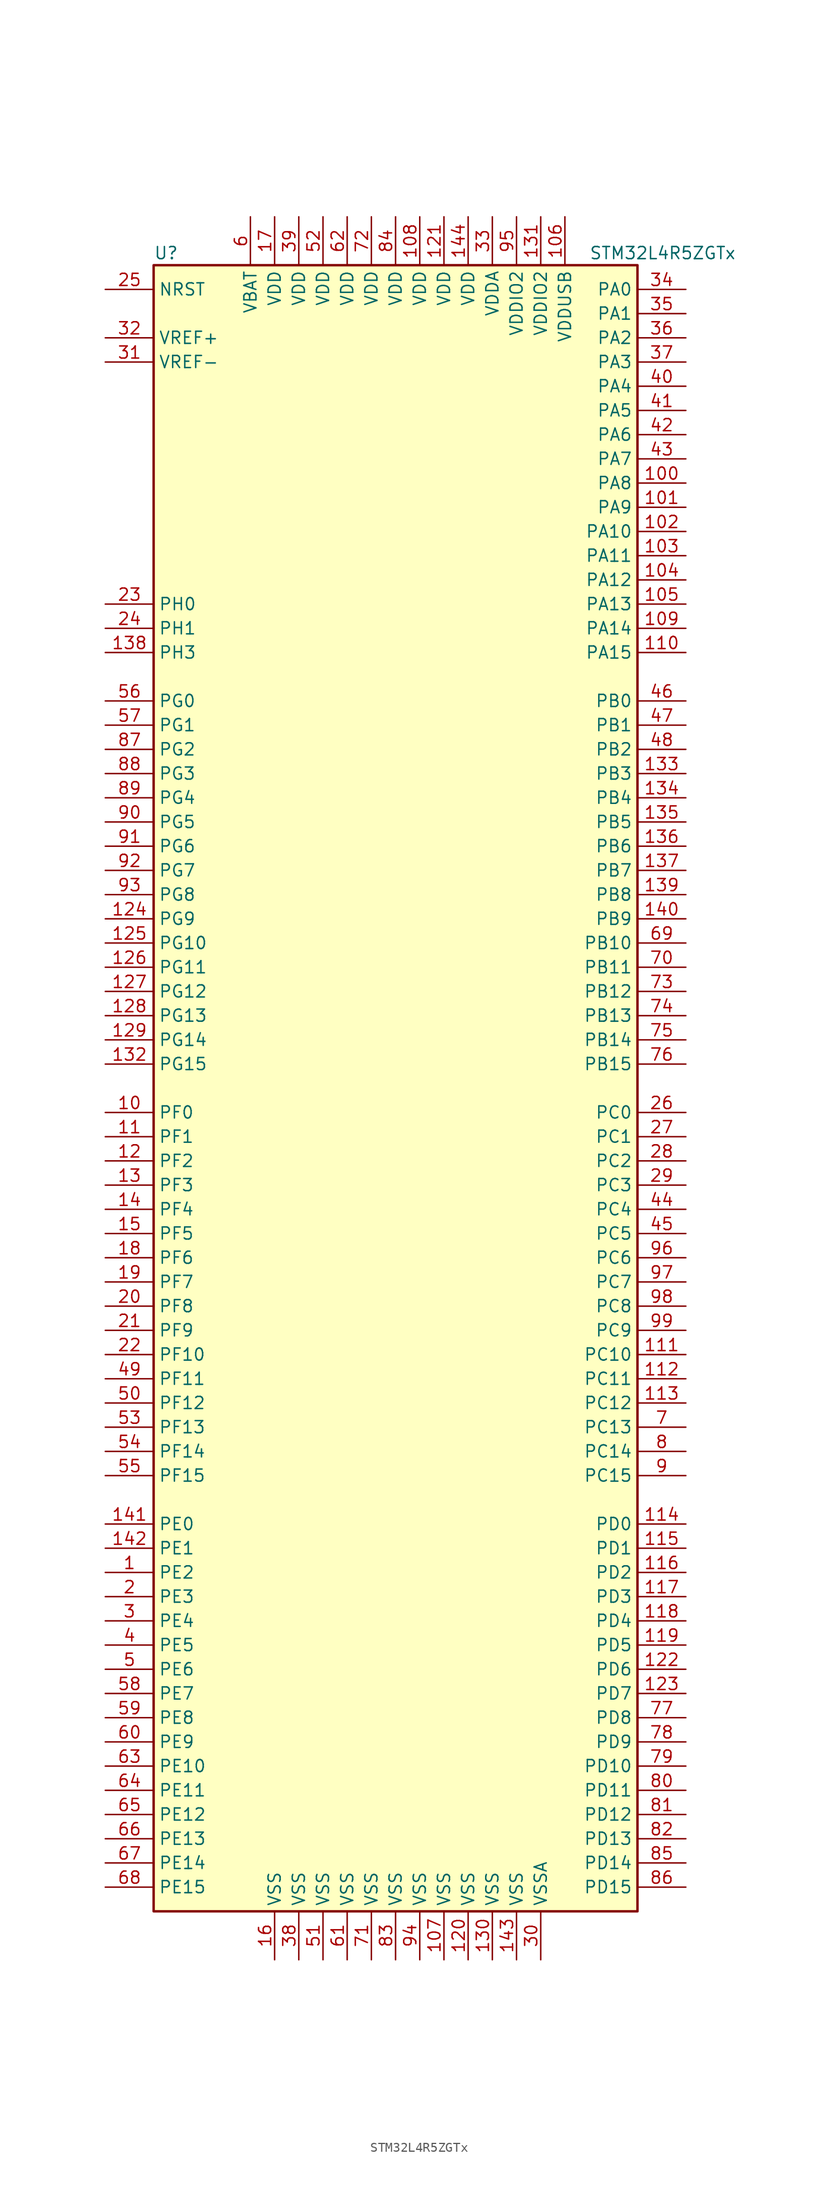
<source format=kicad_sym>
(kicad_symbol_lib
  (version 20220914)
  (generator kicad_symbol_editor)
  (symbol "STM32L4R5ZGTx"
    (property "Reference" "U"
      (at -25.4 87.63 0)
      (effects (font (size 1.27 1.27)) (justify left)))
    (property "Value" "STM32L4R5ZGTx"
      (at 20.32 87.63 0)
      (effects (font (size 1.27 1.27)) (justify left)))
    (symbol "STM32L4R5ZGTx_0_1"
      (rectangle (start -25.4 -86.36) (end 25.4 86.36) (stroke (width 0.254) (type default)) (fill (type background))))
    (symbol "STM32L4R5ZGTx_1_1"
      (pin bidirectional line (at -30.48 -50.8 0) (length 5.08) (name "PE2" (effects (font (size 1.27 1.27)))) (number "1" (effects (font (size 1.27 1.27)))))
      (pin bidirectional line (at -30.48 -2.54 0) (length 5.08) (name "PF0" (effects (font (size 1.27 1.27)))) (number "10" (effects (font (size 1.27 1.27)))))
      (pin bidirectional line (at 30.48 63.5 180) (length 5.08) (name "PA8" (effects (font (size 1.27 1.27)))) (number "100" (effects (font (size 1.27 1.27)))))
      (pin bidirectional line (at 30.48 60.96 180) (length 5.08) (name "PA9" (effects (font (size 1.27 1.27)))) (number "101" (effects (font (size 1.27 1.27)))))
      (pin bidirectional line (at 30.48 58.42 180) (length 5.08) (name "PA10" (effects (font (size 1.27 1.27)))) (number "102" (effects (font (size 1.27 1.27)))))
      (pin bidirectional line (at 30.48 55.88 180) (length 5.08) (name "PA11" (effects (font (size 1.27 1.27)))) (number "103" (effects (font (size 1.27 1.27)))))
      (pin bidirectional line (at 30.48 53.34 180) (length 5.08) (name "PA12" (effects (font (size 1.27 1.27)))) (number "104" (effects (font (size 1.27 1.27)))))
      (pin bidirectional line (at 30.48 50.8 180) (length 5.08) (name "PA13" (effects (font (size 1.27 1.27)))) (number "105" (effects (font (size 1.27 1.27)))))
      (pin power_in line (at 17.78 91.44 270) (length 5.08) (name "VDDUSB" (effects (font (size 1.27 1.27)))) (number "106" (effects (font (size 1.27 1.27)))))
      (pin power_in line (at 5.08 -91.44 90) (length 5.08) (name "VSS" (effects (font (size 1.27 1.27)))) (number "107" (effects (font (size 1.27 1.27)))))
      (pin power_in line (at 2.54 91.44 270) (length 5.08) (name "VDD" (effects (font (size 1.27 1.27)))) (number "108" (effects (font (size 1.27 1.27)))))
      (pin bidirectional line (at 30.48 48.26 180) (length 5.08) (name "PA14" (effects (font (size 1.27 1.27)))) (number "109" (effects (font (size 1.27 1.27)))))
      (pin bidirectional line (at -30.48 -5.08 0) (length 5.08) (name "PF1" (effects (font (size 1.27 1.27)))) (number "11" (effects (font (size 1.27 1.27)))))
      (pin bidirectional line (at 30.48 45.72 180) (length 5.08) (name "PA15" (effects (font (size 1.27 1.27)))) (number "110" (effects (font (size 1.27 1.27)))))
      (pin bidirectional line (at 30.48 -27.94 180) (length 5.08) (name "PC10" (effects (font (size 1.27 1.27)))) (number "111" (effects (font (size 1.27 1.27)))))
      (pin bidirectional line (at 30.48 -30.48 180) (length 5.08) (name "PC11" (effects (font (size 1.27 1.27)))) (number "112" (effects (font (size 1.27 1.27)))))
      (pin bidirectional line (at 30.48 -33.02 180) (length 5.08) (name "PC12" (effects (font (size 1.27 1.27)))) (number "113" (effects (font (size 1.27 1.27)))))
      (pin bidirectional line (at 30.48 -45.72 180) (length 5.08) (name "PD0" (effects (font (size 1.27 1.27)))) (number "114" (effects (font (size 1.27 1.27)))))
      (pin bidirectional line (at 30.48 -48.26 180) (length 5.08) (name "PD1" (effects (font (size 1.27 1.27)))) (number "115" (effects (font (size 1.27 1.27)))))
      (pin bidirectional line (at 30.48 -50.8 180) (length 5.08) (name "PD2" (effects (font (size 1.27 1.27)))) (number "116" (effects (font (size 1.27 1.27)))))
      (pin bidirectional line (at 30.48 -53.34 180) (length 5.08) (name "PD3" (effects (font (size 1.27 1.27)))) (number "117" (effects (font (size 1.27 1.27)))))
      (pin bidirectional line (at 30.48 -55.88 180) (length 5.08) (name "PD4" (effects (font (size 1.27 1.27)))) (number "118" (effects (font (size 1.27 1.27)))))
      (pin bidirectional line (at 30.48 -58.42 180) (length 5.08) (name "PD5" (effects (font (size 1.27 1.27)))) (number "119" (effects (font (size 1.27 1.27)))))
      (pin bidirectional line (at -30.48 -7.62 0) (length 5.08) (name "PF2" (effects (font (size 1.27 1.27)))) (number "12" (effects (font (size 1.27 1.27)))))
      (pin power_in line (at 7.62 -91.44 90) (length 5.08) (name "VSS" (effects (font (size 1.27 1.27)))) (number "120" (effects (font (size 1.27 1.27)))))
      (pin power_in line (at 5.08 91.44 270) (length 5.08) (name "VDD" (effects (font (size 1.27 1.27)))) (number "121" (effects (font (size 1.27 1.27)))))
      (pin bidirectional line (at 30.48 -60.96 180) (length 5.08) (name "PD6" (effects (font (size 1.27 1.27)))) (number "122" (effects (font (size 1.27 1.27)))))
      (pin bidirectional line (at 30.48 -63.5 180) (length 5.08) (name "PD7" (effects (font (size 1.27 1.27)))) (number "123" (effects (font (size 1.27 1.27)))))
      (pin bidirectional line (at -30.48 17.78 0) (length 5.08) (name "PG9" (effects (font (size 1.27 1.27)))) (number "124" (effects (font (size 1.27 1.27)))))
      (pin bidirectional line (at -30.48 15.24 0) (length 5.08) (name "PG10" (effects (font (size 1.27 1.27)))) (number "125" (effects (font (size 1.27 1.27)))))
      (pin bidirectional line (at -30.48 12.7 0) (length 5.08) (name "PG11" (effects (font (size 1.27 1.27)))) (number "126" (effects (font (size 1.27 1.27)))))
      (pin bidirectional line (at -30.48 10.16 0) (length 5.08) (name "PG12" (effects (font (size 1.27 1.27)))) (number "127" (effects (font (size 1.27 1.27)))))
      (pin bidirectional line (at -30.48 7.62 0) (length 5.08) (name "PG13" (effects (font (size 1.27 1.27)))) (number "128" (effects (font (size 1.27 1.27)))))
      (pin bidirectional line (at -30.48 5.08 0) (length 5.08) (name "PG14" (effects (font (size 1.27 1.27)))) (number "129" (effects (font (size 1.27 1.27)))))
      (pin bidirectional line (at -30.48 -10.16 0) (length 5.08) (name "PF3" (effects (font (size 1.27 1.27)))) (number "13" (effects (font (size 1.27 1.27)))))
      (pin power_in line (at 10.16 -91.44 90) (length 5.08) (name "VSS" (effects (font (size 1.27 1.27)))) (number "130" (effects (font (size 1.27 1.27)))))
      (pin power_in line (at 15.24 91.44 270) (length 5.08) (name "VDDIO2" (effects (font (size 1.27 1.27)))) (number "131" (effects (font (size 1.27 1.27)))))
      (pin bidirectional line (at -30.48 2.54 0) (length 5.08) (name "PG15" (effects (font (size 1.27 1.27)))) (number "132" (effects (font (size 1.27 1.27)))))
      (pin bidirectional line (at 30.48 33.02 180) (length 5.08) (name "PB3" (effects (font (size 1.27 1.27)))) (number "133" (effects (font (size 1.27 1.27)))))
      (pin bidirectional line (at 30.48 30.48 180) (length 5.08) (name "PB4" (effects (font (size 1.27 1.27)))) (number "134" (effects (font (size 1.27 1.27)))))
      (pin bidirectional line (at 30.48 27.94 180) (length 5.08) (name "PB5" (effects (font (size 1.27 1.27)))) (number "135" (effects (font (size 1.27 1.27)))))
      (pin bidirectional line (at 30.48 25.4 180) (length 5.08) (name "PB6" (effects (font (size 1.27 1.27)))) (number "136" (effects (font (size 1.27 1.27)))))
      (pin bidirectional line (at 30.48 22.86 180) (length 5.08) (name "PB7" (effects (font (size 1.27 1.27)))) (number "137" (effects (font (size 1.27 1.27)))))
      (pin bidirectional line (at -30.48 45.72 0) (length 5.08) (name "PH3" (effects (font (size 1.27 1.27)))) (number "138" (effects (font (size 1.27 1.27)))))
      (pin bidirectional line (at 30.48 20.32 180) (length 5.08) (name "PB8" (effects (font (size 1.27 1.27)))) (number "139" (effects (font (size 1.27 1.27)))))
      (pin bidirectional line (at -30.48 -12.7 0) (length 5.08) (name "PF4" (effects (font (size 1.27 1.27)))) (number "14" (effects (font (size 1.27 1.27)))))
      (pin bidirectional line (at 30.48 17.78 180) (length 5.08) (name "PB9" (effects (font (size 1.27 1.27)))) (number "140" (effects (font (size 1.27 1.27)))))
      (pin bidirectional line (at -30.48 -45.72 0) (length 5.08) (name "PE0" (effects (font (size 1.27 1.27)))) (number "141" (effects (font (size 1.27 1.27)))))
      (pin bidirectional line (at -30.48 -48.26 0) (length 5.08) (name "PE1" (effects (font (size 1.27 1.27)))) (number "142" (effects (font (size 1.27 1.27)))))
      (pin power_in line (at 12.7 -91.44 90) (length 5.08) (name "VSS" (effects (font (size 1.27 1.27)))) (number "143" (effects (font (size 1.27 1.27)))))
      (pin power_in line (at 7.62 91.44 270) (length 5.08) (name "VDD" (effects (font (size 1.27 1.27)))) (number "144" (effects (font (size 1.27 1.27)))))
      (pin bidirectional line (at -30.48 -15.24 0) (length 5.08) (name "PF5" (effects (font (size 1.27 1.27)))) (number "15" (effects (font (size 1.27 1.27)))))
      (pin power_in line (at -12.7 -91.44 90) (length 5.08) (name "VSS" (effects (font (size 1.27 1.27)))) (number "16" (effects (font (size 1.27 1.27)))))
      (pin power_in line (at -12.7 91.44 270) (length 5.08) (name "VDD" (effects (font (size 1.27 1.27)))) (number "17" (effects (font (size 1.27 1.27)))))
      (pin bidirectional line (at -30.48 -17.78 0) (length 5.08) (name "PF6" (effects (font (size 1.27 1.27)))) (number "18" (effects (font (size 1.27 1.27)))))
      (pin bidirectional line (at -30.48 -20.32 0) (length 5.08) (name "PF7" (effects (font (size 1.27 1.27)))) (number "19" (effects (font (size 1.27 1.27)))))
      (pin bidirectional line (at -30.48 -53.34 0) (length 5.08) (name "PE3" (effects (font (size 1.27 1.27)))) (number "2" (effects (font (size 1.27 1.27)))))
      (pin bidirectional line (at -30.48 -22.86 0) (length 5.08) (name "PF8" (effects (font (size 1.27 1.27)))) (number "20" (effects (font (size 1.27 1.27)))))
      (pin bidirectional line (at -30.48 -25.4 0) (length 5.08) (name "PF9" (effects (font (size 1.27 1.27)))) (number "21" (effects (font (size 1.27 1.27)))))
      (pin bidirectional line (at -30.48 -27.94 0) (length 5.08) (name "PF10" (effects (font (size 1.27 1.27)))) (number "22" (effects (font (size 1.27 1.27)))))
      (pin input line (at -30.48 50.8 0) (length 5.08) (name "PH0" (effects (font (size 1.27 1.27)))) (number "23" (effects (font (size 1.27 1.27)))))
      (pin input line (at -30.48 48.26 0) (length 5.08) (name "PH1" (effects (font (size 1.27 1.27)))) (number "24" (effects (font (size 1.27 1.27)))))
      (pin input line (at -30.48 83.82 0) (length 5.08) (name "NRST" (effects (font (size 1.27 1.27)))) (number "25" (effects (font (size 1.27 1.27)))))
      (pin bidirectional line (at 30.48 -2.54 180) (length 5.08) (name "PC0" (effects (font (size 1.27 1.27)))) (number "26" (effects (font (size 1.27 1.27)))))
      (pin bidirectional line (at 30.48 -5.08 180) (length 5.08) (name "PC1" (effects (font (size 1.27 1.27)))) (number "27" (effects (font (size 1.27 1.27)))))
      (pin bidirectional line (at 30.48 -7.62 180) (length 5.08) (name "PC2" (effects (font (size 1.27 1.27)))) (number "28" (effects (font (size 1.27 1.27)))))
      (pin bidirectional line (at 30.48 -10.16 180) (length 5.08) (name "PC3" (effects (font (size 1.27 1.27)))) (number "29" (effects (font (size 1.27 1.27)))))
      (pin bidirectional line (at -30.48 -55.88 0) (length 5.08) (name "PE4" (effects (font (size 1.27 1.27)))) (number "3" (effects (font (size 1.27 1.27)))))
      (pin power_in line (at 15.24 -91.44 90) (length 5.08) (name "VSSA" (effects (font (size 1.27 1.27)))) (number "30" (effects (font (size 1.27 1.27)))))
      (pin power_in line (at -30.48 76.2 0) (length 5.08) (name "VREF-" (effects (font (size 1.27 1.27)))) (number "31" (effects (font (size 1.27 1.27)))))
      (pin bidirectional line (at -30.48 78.74 0) (length 5.08) (name "VREF+" (effects (font (size 1.27 1.27)))) (number "32" (effects (font (size 1.27 1.27)))))
      (pin power_in line (at 10.16 91.44 270) (length 5.08) (name "VDDA" (effects (font (size 1.27 1.27)))) (number "33" (effects (font (size 1.27 1.27)))))
      (pin bidirectional line (at 30.48 83.82 180) (length 5.08) (name "PA0" (effects (font (size 1.27 1.27)))) (number "34" (effects (font (size 1.27 1.27)))))
      (pin bidirectional line (at 30.48 81.28 180) (length 5.08) (name "PA1" (effects (font (size 1.27 1.27)))) (number "35" (effects (font (size 1.27 1.27)))))
      (pin bidirectional line (at 30.48 78.74 180) (length 5.08) (name "PA2" (effects (font (size 1.27 1.27)))) (number "36" (effects (font (size 1.27 1.27)))))
      (pin bidirectional line (at 30.48 76.2 180) (length 5.08) (name "PA3" (effects (font (size 1.27 1.27)))) (number "37" (effects (font (size 1.27 1.27)))))
      (pin power_in line (at -10.16 -91.44 90) (length 5.08) (name "VSS" (effects (font (size 1.27 1.27)))) (number "38" (effects (font (size 1.27 1.27)))))
      (pin power_in line (at -10.16 91.44 270) (length 5.08) (name "VDD" (effects (font (size 1.27 1.27)))) (number "39" (effects (font (size 1.27 1.27)))))
      (pin bidirectional line (at -30.48 -58.42 0) (length 5.08) (name "PE5" (effects (font (size 1.27 1.27)))) (number "4" (effects (font (size 1.27 1.27)))))
      (pin bidirectional line (at 30.48 73.66 180) (length 5.08) (name "PA4" (effects (font (size 1.27 1.27)))) (number "40" (effects (font (size 1.27 1.27)))))
      (pin bidirectional line (at 30.48 71.12 180) (length 5.08) (name "PA5" (effects (font (size 1.27 1.27)))) (number "41" (effects (font (size 1.27 1.27)))))
      (pin bidirectional line (at 30.48 68.58 180) (length 5.08) (name "PA6" (effects (font (size 1.27 1.27)))) (number "42" (effects (font (size 1.27 1.27)))))
      (pin bidirectional line (at 30.48 66.04 180) (length 5.08) (name "PA7" (effects (font (size 1.27 1.27)))) (number "43" (effects (font (size 1.27 1.27)))))
      (pin bidirectional line (at 30.48 -12.7 180) (length 5.08) (name "PC4" (effects (font (size 1.27 1.27)))) (number "44" (effects (font (size 1.27 1.27)))))
      (pin bidirectional line (at 30.48 -15.24 180) (length 5.08) (name "PC5" (effects (font (size 1.27 1.27)))) (number "45" (effects (font (size 1.27 1.27)))))
      (pin bidirectional line (at 30.48 40.64 180) (length 5.08) (name "PB0" (effects (font (size 1.27 1.27)))) (number "46" (effects (font (size 1.27 1.27)))))
      (pin bidirectional line (at 30.48 38.1 180) (length 5.08) (name "PB1" (effects (font (size 1.27 1.27)))) (number "47" (effects (font (size 1.27 1.27)))))
      (pin bidirectional line (at 30.48 35.56 180) (length 5.08) (name "PB2" (effects (font (size 1.27 1.27)))) (number "48" (effects (font (size 1.27 1.27)))))
      (pin bidirectional line (at -30.48 -30.48 0) (length 5.08) (name "PF11" (effects (font (size 1.27 1.27)))) (number "49" (effects (font (size 1.27 1.27)))))
      (pin bidirectional line (at -30.48 -60.96 0) (length 5.08) (name "PE6" (effects (font (size 1.27 1.27)))) (number "5" (effects (font (size 1.27 1.27)))))
      (pin bidirectional line (at -30.48 -33.02 0) (length 5.08) (name "PF12" (effects (font (size 1.27 1.27)))) (number "50" (effects (font (size 1.27 1.27)))))
      (pin power_in line (at -7.62 -91.44 90) (length 5.08) (name "VSS" (effects (font (size 1.27 1.27)))) (number "51" (effects (font (size 1.27 1.27)))))
      (pin power_in line (at -7.62 91.44 270) (length 5.08) (name "VDD" (effects (font (size 1.27 1.27)))) (number "52" (effects (font (size 1.27 1.27)))))
      (pin bidirectional line (at -30.48 -35.56 0) (length 5.08) (name "PF13" (effects (font (size 1.27 1.27)))) (number "53" (effects (font (size 1.27 1.27)))))
      (pin bidirectional line (at -30.48 -38.1 0) (length 5.08) (name "PF14" (effects (font (size 1.27 1.27)))) (number "54" (effects (font (size 1.27 1.27)))))
      (pin bidirectional line (at -30.48 -40.64 0) (length 5.08) (name "PF15" (effects (font (size 1.27 1.27)))) (number "55" (effects (font (size 1.27 1.27)))))
      (pin bidirectional line (at -30.48 40.64 0) (length 5.08) (name "PG0" (effects (font (size 1.27 1.27)))) (number "56" (effects (font (size 1.27 1.27)))))
      (pin bidirectional line (at -30.48 38.1 0) (length 5.08) (name "PG1" (effects (font (size 1.27 1.27)))) (number "57" (effects (font (size 1.27 1.27)))))
      (pin bidirectional line (at -30.48 -63.5 0) (length 5.08) (name "PE7" (effects (font (size 1.27 1.27)))) (number "58" (effects (font (size 1.27 1.27)))))
      (pin bidirectional line (at -30.48 -66.04 0) (length 5.08) (name "PE8" (effects (font (size 1.27 1.27)))) (number "59" (effects (font (size 1.27 1.27)))))
      (pin power_in line (at -15.24 91.44 270) (length 5.08) (name "VBAT" (effects (font (size 1.27 1.27)))) (number "6" (effects (font (size 1.27 1.27)))))
      (pin bidirectional line (at -30.48 -68.58 0) (length 5.08) (name "PE9" (effects (font (size 1.27 1.27)))) (number "60" (effects (font (size 1.27 1.27)))))
      (pin power_in line (at -5.08 -91.44 90) (length 5.08) (name "VSS" (effects (font (size 1.27 1.27)))) (number "61" (effects (font (size 1.27 1.27)))))
      (pin power_in line (at -5.08 91.44 270) (length 5.08) (name "VDD" (effects (font (size 1.27 1.27)))) (number "62" (effects (font (size 1.27 1.27)))))
      (pin bidirectional line (at -30.48 -71.12 0) (length 5.08) (name "PE10" (effects (font (size 1.27 1.27)))) (number "63" (effects (font (size 1.27 1.27)))))
      (pin bidirectional line (at -30.48 -73.66 0) (length 5.08) (name "PE11" (effects (font (size 1.27 1.27)))) (number "64" (effects (font (size 1.27 1.27)))))
      (pin bidirectional line (at -30.48 -76.2 0) (length 5.08) (name "PE12" (effects (font (size 1.27 1.27)))) (number "65" (effects (font (size 1.27 1.27)))))
      (pin bidirectional line (at -30.48 -78.74 0) (length 5.08) (name "PE13" (effects (font (size 1.27 1.27)))) (number "66" (effects (font (size 1.27 1.27)))))
      (pin bidirectional line (at -30.48 -81.28 0) (length 5.08) (name "PE14" (effects (font (size 1.27 1.27)))) (number "67" (effects (font (size 1.27 1.27)))))
      (pin bidirectional line (at -30.48 -83.82 0) (length 5.08) (name "PE15" (effects (font (size 1.27 1.27)))) (number "68" (effects (font (size 1.27 1.27)))))
      (pin bidirectional line (at 30.48 15.24 180) (length 5.08) (name "PB10" (effects (font (size 1.27 1.27)))) (number "69" (effects (font (size 1.27 1.27)))))
      (pin bidirectional line (at 30.48 -35.56 180) (length 5.08) (name "PC13" (effects (font (size 1.27 1.27)))) (number "7" (effects (font (size 1.27 1.27)))))
      (pin bidirectional line (at 30.48 12.7 180) (length 5.08) (name "PB11" (effects (font (size 1.27 1.27)))) (number "70" (effects (font (size 1.27 1.27)))))
      (pin power_in line (at -2.54 -91.44 90) (length 5.08) (name "VSS" (effects (font (size 1.27 1.27)))) (number "71" (effects (font (size 1.27 1.27)))))
      (pin power_in line (at -2.54 91.44 270) (length 5.08) (name "VDD" (effects (font (size 1.27 1.27)))) (number "72" (effects (font (size 1.27 1.27)))))
      (pin bidirectional line (at 30.48 10.16 180) (length 5.08) (name "PB12" (effects (font (size 1.27 1.27)))) (number "73" (effects (font (size 1.27 1.27)))))
      (pin bidirectional line (at 30.48 7.62 180) (length 5.08) (name "PB13" (effects (font (size 1.27 1.27)))) (number "74" (effects (font (size 1.27 1.27)))))
      (pin bidirectional line (at 30.48 5.08 180) (length 5.08) (name "PB14" (effects (font (size 1.27 1.27)))) (number "75" (effects (font (size 1.27 1.27)))))
      (pin bidirectional line (at 30.48 2.54 180) (length 5.08) (name "PB15" (effects (font (size 1.27 1.27)))) (number "76" (effects (font (size 1.27 1.27)))))
      (pin bidirectional line (at 30.48 -66.04 180) (length 5.08) (name "PD8" (effects (font (size 1.27 1.27)))) (number "77" (effects (font (size 1.27 1.27)))))
      (pin bidirectional line (at 30.48 -68.58 180) (length 5.08) (name "PD9" (effects (font (size 1.27 1.27)))) (number "78" (effects (font (size 1.27 1.27)))))
      (pin bidirectional line (at 30.48 -71.12 180) (length 5.08) (name "PD10" (effects (font (size 1.27 1.27)))) (number "79" (effects (font (size 1.27 1.27)))))
      (pin bidirectional line (at 30.48 -38.1 180) (length 5.08) (name "PC14" (effects (font (size 1.27 1.27)))) (number "8" (effects (font (size 1.27 1.27)))))
      (pin bidirectional line (at 30.48 -73.66 180) (length 5.08) (name "PD11" (effects (font (size 1.27 1.27)))) (number "80" (effects (font (size 1.27 1.27)))))
      (pin bidirectional line (at 30.48 -76.2 180) (length 5.08) (name "PD12" (effects (font (size 1.27 1.27)))) (number "81" (effects (font (size 1.27 1.27)))))
      (pin bidirectional line (at 30.48 -78.74 180) (length 5.08) (name "PD13" (effects (font (size 1.27 1.27)))) (number "82" (effects (font (size 1.27 1.27)))))
      (pin power_in line (at 0 -91.44 90) (length 5.08) (name "VSS" (effects (font (size 1.27 1.27)))) (number "83" (effects (font (size 1.27 1.27)))))
      (pin power_in line (at 0 91.44 270) (length 5.08) (name "VDD" (effects (font (size 1.27 1.27)))) (number "84" (effects (font (size 1.27 1.27)))))
      (pin bidirectional line (at 30.48 -81.28 180) (length 5.08) (name "PD14" (effects (font (size 1.27 1.27)))) (number "85" (effects (font (size 1.27 1.27)))))
      (pin bidirectional line (at 30.48 -83.82 180) (length 5.08) (name "PD15" (effects (font (size 1.27 1.27)))) (number "86" (effects (font (size 1.27 1.27)))))
      (pin bidirectional line (at -30.48 35.56 0) (length 5.08) (name "PG2" (effects (font (size 1.27 1.27)))) (number "87" (effects (font (size 1.27 1.27)))))
      (pin bidirectional line (at -30.48 33.02 0) (length 5.08) (name "PG3" (effects (font (size 1.27 1.27)))) (number "88" (effects (font (size 1.27 1.27)))))
      (pin bidirectional line (at -30.48 30.48 0) (length 5.08) (name "PG4" (effects (font (size 1.27 1.27)))) (number "89" (effects (font (size 1.27 1.27)))))
      (pin bidirectional line (at 30.48 -40.64 180) (length 5.08) (name "PC15" (effects (font (size 1.27 1.27)))) (number "9" (effects (font (size 1.27 1.27)))))
      (pin bidirectional line (at -30.48 27.94 0) (length 5.08) (name "PG5" (effects (font (size 1.27 1.27)))) (number "90" (effects (font (size 1.27 1.27)))))
      (pin bidirectional line (at -30.48 25.4 0) (length 5.08) (name "PG6" (effects (font (size 1.27 1.27)))) (number "91" (effects (font (size 1.27 1.27)))))
      (pin bidirectional line (at -30.48 22.86 0) (length 5.08) (name "PG7" (effects (font (size 1.27 1.27)))) (number "92" (effects (font (size 1.27 1.27)))))
      (pin bidirectional line (at -30.48 20.32 0) (length 5.08) (name "PG8" (effects (font (size 1.27 1.27)))) (number "93" (effects (font (size 1.27 1.27)))))
      (pin power_in line (at 2.54 -91.44 90) (length 5.08) (name "VSS" (effects (font (size 1.27 1.27)))) (number "94" (effects (font (size 1.27 1.27)))))
      (pin power_in line (at 12.7 91.44 270) (length 5.08) (name "VDDIO2" (effects (font (size 1.27 1.27)))) (number "95" (effects (font (size 1.27 1.27)))))
      (pin bidirectional line (at 30.48 -17.78 180) (length 5.08) (name "PC6" (effects (font (size 1.27 1.27)))) (number "96" (effects (font (size 1.27 1.27)))))
      (pin bidirectional line (at 30.48 -20.32 180) (length 5.08) (name "PC7" (effects (font (size 1.27 1.27)))) (number "97" (effects (font (size 1.27 1.27)))))
      (pin bidirectional line (at 30.48 -22.86 180) (length 5.08) (name "PC8" (effects (font (size 1.27 1.27)))) (number "98" (effects (font (size 1.27 1.27)))))
      (pin bidirectional line (at 30.48 -25.4 180) (length 5.08) (name "PC9" (effects (font (size 1.27 1.27)))) (number "99" (effects (font (size 1.27 1.27))))))))
</source>
